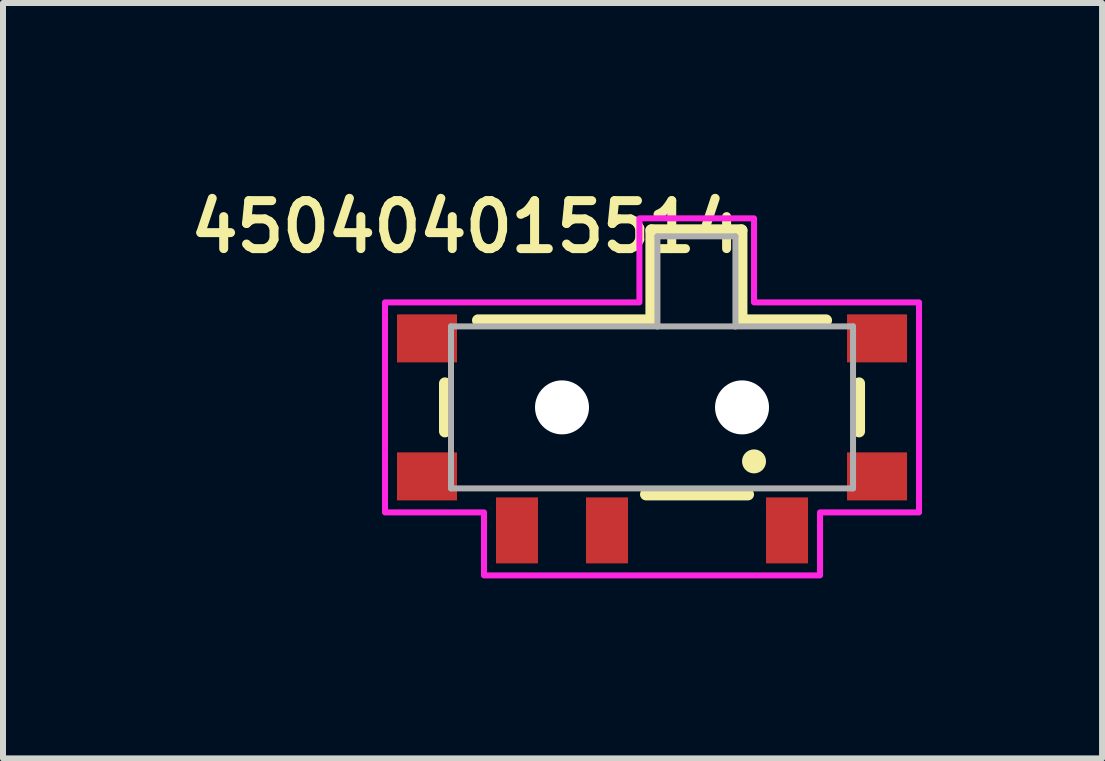
<source format=kicad_pcb>
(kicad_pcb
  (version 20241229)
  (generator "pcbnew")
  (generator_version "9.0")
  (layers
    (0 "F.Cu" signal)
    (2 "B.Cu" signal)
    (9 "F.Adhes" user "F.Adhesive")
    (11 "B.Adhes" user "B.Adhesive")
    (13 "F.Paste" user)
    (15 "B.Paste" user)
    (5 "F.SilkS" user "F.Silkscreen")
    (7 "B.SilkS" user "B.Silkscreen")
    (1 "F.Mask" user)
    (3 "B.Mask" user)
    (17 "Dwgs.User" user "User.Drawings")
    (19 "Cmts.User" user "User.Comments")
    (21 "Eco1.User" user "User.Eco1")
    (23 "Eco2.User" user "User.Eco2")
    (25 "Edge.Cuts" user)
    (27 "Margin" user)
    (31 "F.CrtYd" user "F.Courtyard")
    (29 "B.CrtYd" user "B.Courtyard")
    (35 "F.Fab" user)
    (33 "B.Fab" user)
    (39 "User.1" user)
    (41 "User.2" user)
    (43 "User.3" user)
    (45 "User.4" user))
  (footprint "450404015514"
    (layer "F.Cu")
    (at 7.816 3.739)
    (property "Reference" "450404015514" (at -3.1 -3.008 0) (layer "F.SilkS") (effects (font (size 0.8 0.8) (thickness 0.15))))
    (attr smd)
    (fp_line (start -3.45 -0.4) (end -3.45 0.4) (stroke (width 0.2) (type solid)) (layer "F.SilkS"))
    (fp_line (start -2.9 -1.45) (end -0.01 -1.45) (stroke (width 0.2) (type solid)) (layer "F.SilkS"))
    (fp_line (start -0.1 1.45) (end 1.6 1.45) (stroke (width 0.2) (type solid)) (layer "F.SilkS"))
    (fp_line (start -0.01 -2.95) (end 1.49 -2.95) (stroke (width 0.2) (type solid)) (layer "F.SilkS"))
    (fp_line (start -0.01 -1.45) (end -0.01 -2.95) (stroke (width 0.2) (type solid)) (layer "F.SilkS"))
    (fp_line (start 1.49 -2.95) (end 1.49 -1.45) (stroke (width 0.2) (type solid)) (layer "F.SilkS"))
    (fp_line (start 1.49 -1.45) (end 2.9 -1.45) (stroke (width 0.2) (type solid)) (layer "F.SilkS"))
    (fp_line (start 3.45 0.4) (end 3.45 -0.4) (stroke (width 0.2) (type solid)) (layer "F.SilkS"))
    (fp_circle (center 1.7 0.9) (end 1.8 0.9) (stroke (width 0.2) (type solid)) (fill no) (layer "F.SilkS"))
    (fp_poly (pts (xy -0.21 -3.15) (xy 1.7 -3.15) (xy 1.7 -1.75) (xy 4.45 -1.75) (xy 4.45 1.75) (xy 2.8 1.75) (xy 2.8 2.8) (xy -2.8 2.8) (xy -2.8 1.75) (xy -4.45 1.75) (xy -4.45 -1.75) (xy -0.21 -1.75)) (stroke (width 0.1) (type solid)) (fill no) (layer "F.CrtYd"))
    (fp_line (start -3.35 -1.35) (end 0.09 -1.35) (stroke (width 0.1) (type solid)) (layer "F.Fab"))
    (fp_line (start -3.35 1.35) (end -3.35 -1.35) (stroke (width 0.1) (type solid)) (layer "F.Fab"))
    (fp_line (start 0.09 -2.85) (end 1.39 -2.85) (stroke (width 0.1) (type solid)) (layer "F.Fab"))
    (fp_line (start 0.09 -1.35) (end 0.09 -2.85) (stroke (width 0.1) (type solid)) (layer "F.Fab"))
    (fp_line (start 0.09 -1.35) (end 1.39 -1.35) (stroke (width 0.1) (type solid)) (layer "F.Fab"))
    (fp_line (start 1.39 -2.85) (end 1.39 -1.35) (stroke (width 0.1) (type solid)) (layer "F.Fab"))
    (fp_line (start 1.39 -1.35) (end 3.35 -1.35) (stroke (width 0.1) (type solid)) (layer "F.Fab"))
    (fp_line (start 3.35 -1.35) (end 3.35 1.35) (stroke (width 0.1) (type solid)) (layer "F.Fab"))
    (fp_line (start 3.35 1.35) (end -3.35 1.35) (stroke (width 0.1) (type solid)) (layer "F.Fab"))
    (pad "" np_thru_hole circle (at -1.5 0) (size 0.9 0.9) (drill 0.9) (layers "*.Cu" "*.Mask"))
    (pad "" np_thru_hole circle (at 1.5 0) (size 0.9 0.9) (drill 0.9) (layers "*.Cu" "*.Mask"))
    (pad "1" smd rect (at 2.25 2.05) (size 0.7 1.1) (layers "F.Cu" "F.Mask" "F.Paste"))
    (pad "2" smd rect (at -0.75 2.05) (size 0.7 1.1) (layers "F.Cu" "F.Mask" "F.Paste"))
    (pad "3" smd rect (at -2.25 2.05) (size 0.7 1.1) (layers "F.Cu" "F.Mask" "F.Paste"))
    (pad "Z1" smd rect (at -3.75 -1.15) (size 1 0.8) (layers "F.Cu" "F.Mask" "F.Paste"))
    (pad "Z2" smd rect (at 3.75 -1.15) (size 1 0.8) (layers "F.Cu" "F.Mask" "F.Paste"))
    (pad "Z3" smd rect (at 3.75 1.15) (size 1 0.8) (layers "F.Cu" "F.Mask" "F.Paste"))
    (pad "Z4" smd rect (at -3.75 1.15) (size 1 0.8) (layers "F.Cu" "F.Mask" "F.Paste")))
  (gr_rect
    (start -3 -3)
    (end 15.316 9.589)
    (stroke (width 0.1) (type default))
    (fill no)
    (layer "Edge.Cuts")))
</source>
